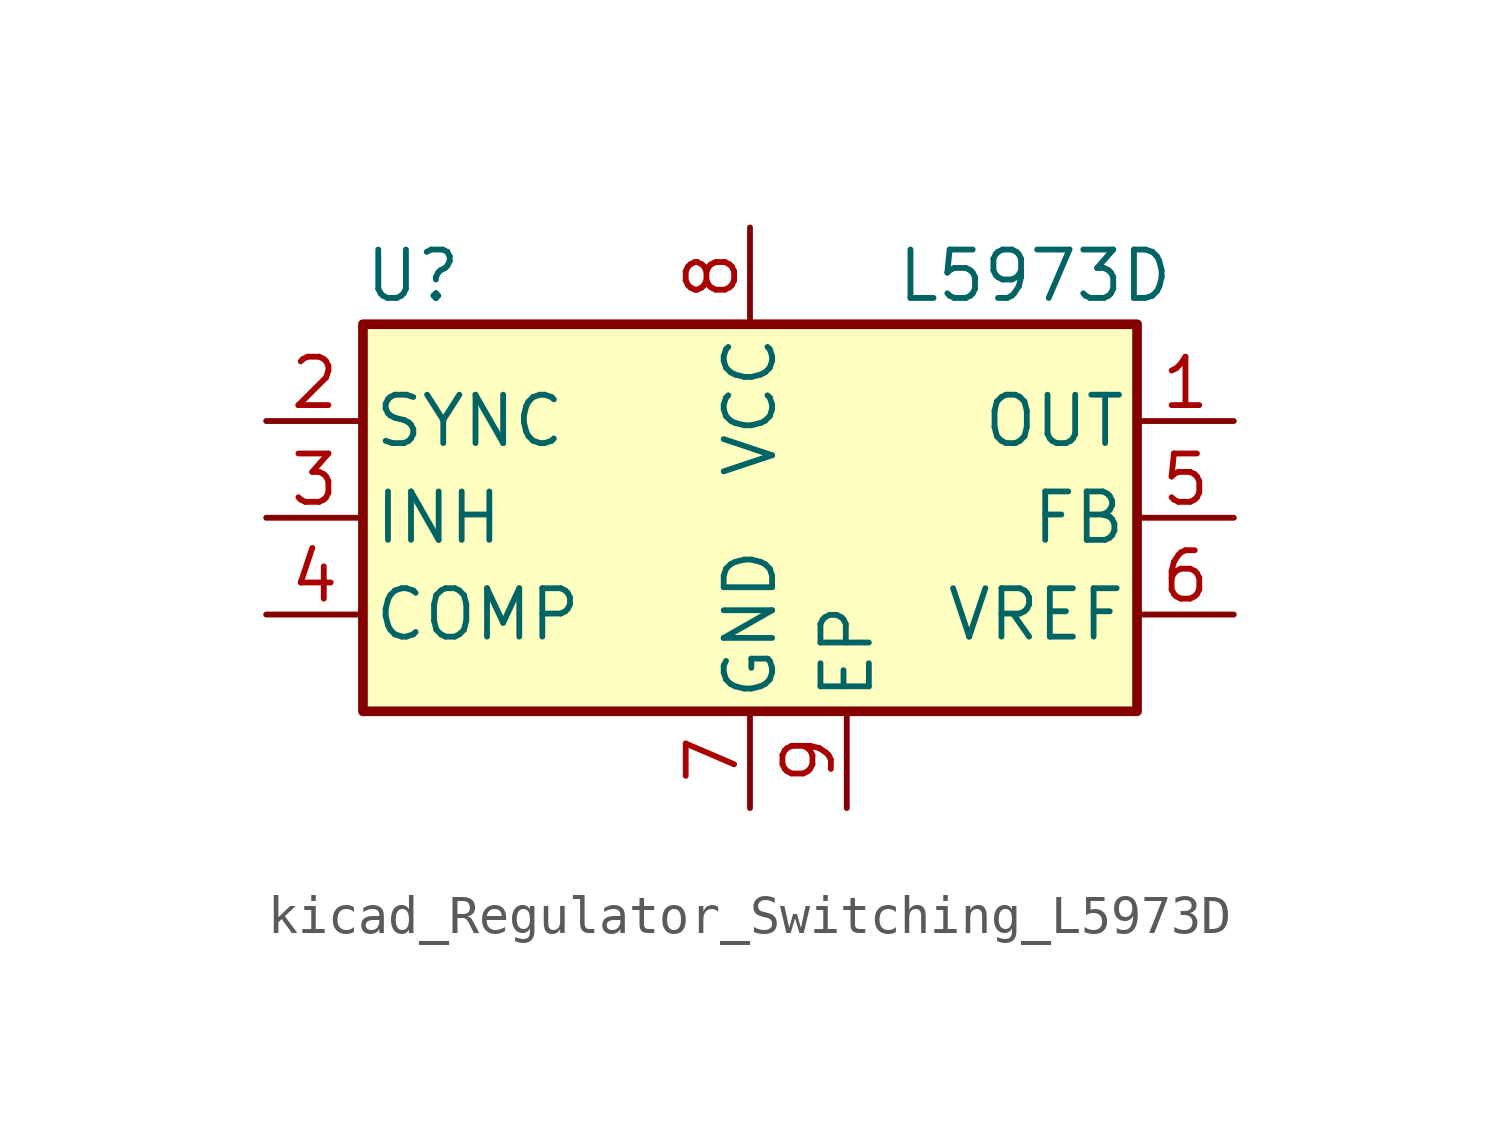
<source format=kicad_sym>
(kicad_symbol_lib
  (version 20220914)
  (generator kicad_symbol_editor)
  (symbol "kicad_Regulator_Switching_L5973D"
    (pin_names
      (offset 0.254))
    (property "Reference" "U"
      (at -10.16 6.35 0)
      (effects (font (size 1.27 1.27)) (justify left)))
    (property "Value" "L5973D"
      (at 3.81 6.35 0)
      (effects (font (size 1.27 1.27)) (justify left)))
    (symbol "kicad_Regulator_Switching_L5973D_0_1"
      (rectangle (start -10.16 5.08) (end 10.16 -5.08) (stroke (width 0.254) (type default)) (fill (type background))))
    (symbol "kicad_Regulator_Switching_L5973D_1_1"
      (pin output line (at 12.7 2.54 180) (length 2.54) (name "OUT" (effects (font (size 1.27 1.27)))) (number "1" (effects (font (size 1.27 1.27)))))
      (pin bidirectional line (at -12.7 2.54 0) (length 2.54) (name "SYNC" (effects (font (size 1.27 1.27)))) (number "2" (effects (font (size 1.27 1.27)))))
      (pin input line (at -12.7 0 0) (length 2.54) (name "INH" (effects (font (size 1.27 1.27)))) (number "3" (effects (font (size 1.27 1.27)))))
      (pin passive line (at -12.7 -2.54 0) (length 2.54) (name "COMP" (effects (font (size 1.27 1.27)))) (number "4" (effects (font (size 1.27 1.27)))))
      (pin input line (at 12.7 0 180) (length 2.54) (name "FB" (effects (font (size 1.27 1.27)))) (number "5" (effects (font (size 1.27 1.27)))))
      (pin output line (at 12.7 -2.54 180) (length 2.54) (name "VREF" (effects (font (size 1.27 1.27)))) (number "6" (effects (font (size 1.27 1.27)))))
      (pin power_in line (at 0 -7.62 90) (length 2.54) (name "GND" (effects (font (size 1.27 1.27)))) (number "7" (effects (font (size 1.27 1.27)))))
      (pin power_in line (at 0 7.62 270) (length 2.54) (name "VCC" (effects (font (size 1.27 1.27)))) (number "8" (effects (font (size 1.27 1.27)))))
      (pin passive line (at 2.54 -7.62 90) (length 2.54) (name "EP" (effects (font (size 1.27 1.27)))) (number "9" (effects (font (size 1.27 1.27))))))))
</source>
